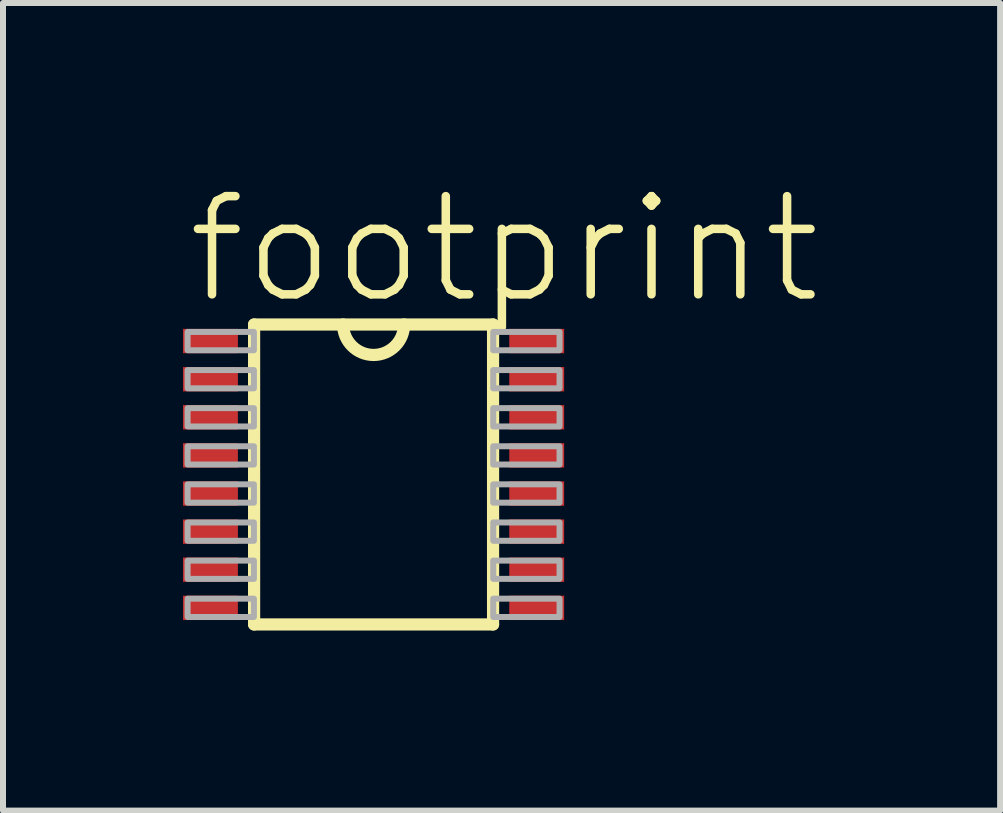
<source format=kicad_pcb>
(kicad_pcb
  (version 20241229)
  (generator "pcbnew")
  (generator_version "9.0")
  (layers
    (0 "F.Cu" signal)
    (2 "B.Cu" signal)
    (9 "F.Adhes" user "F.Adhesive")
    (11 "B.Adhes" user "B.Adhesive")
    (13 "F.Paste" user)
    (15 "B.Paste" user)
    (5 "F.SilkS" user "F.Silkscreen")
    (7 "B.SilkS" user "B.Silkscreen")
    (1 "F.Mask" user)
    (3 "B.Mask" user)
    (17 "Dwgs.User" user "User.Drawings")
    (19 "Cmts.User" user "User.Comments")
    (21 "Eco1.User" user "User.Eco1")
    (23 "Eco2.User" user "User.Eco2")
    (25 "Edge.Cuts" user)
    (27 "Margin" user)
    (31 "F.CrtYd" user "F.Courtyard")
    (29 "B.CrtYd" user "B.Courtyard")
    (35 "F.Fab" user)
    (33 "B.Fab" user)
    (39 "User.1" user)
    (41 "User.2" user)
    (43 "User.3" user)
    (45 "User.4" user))
  (footprint "footprint"
    (layer "F.Cu")
    (at 3.175 4.856)
    (property "Reference" "footprint" (at -3.175 -2.794 0) (layer "F.SilkS") (effects (font (size 1.636 1.636) (thickness 0.142)) (justify left bottom)))
    (fp_line (start -1.991 -2.499) (end -1.991 2.499) (stroke (width 0.203) (type solid)) (layer "F.SilkS"))
    (fp_line (start -1.991 2.499) (end 1.991 2.499) (stroke (width 0.203) (type solid)) (layer "F.SilkS"))
    (fp_line (start 1.991 -2.499) (end -1.991 -2.499) (stroke (width 0.203) (type solid)) (layer "F.SilkS"))
    (fp_line (start 1.991 2.499) (end 1.991 -2.499) (stroke (width 0.203) (type solid)) (layer "F.SilkS"))
    (fp_arc (start 0.508 -2.499318) (mid 0 -1.991318) (end -0.508 -2.499318) (stroke (width 0.2032) (type solid)) (layer "F.SilkS"))
    (fp_poly (pts (xy -3.099 -2.07) (xy -1.994 -2.07) (xy -1.994 -2.375) (xy -3.099 -2.375)) (stroke (width 0.1) (type solid)) (fill no) (layer "F.Fab"))
    (fp_poly (pts (xy -3.099 -1.435) (xy -1.994 -1.435) (xy -1.994 -1.74) (xy -3.099 -1.74)) (stroke (width 0.1) (type solid)) (fill no) (layer "F.Fab"))
    (fp_poly (pts (xy -3.099 -0.8) (xy -1.994 -0.8) (xy -1.994 -1.105) (xy -3.099 -1.105)) (stroke (width 0.1) (type solid)) (fill no) (layer "F.Fab"))
    (fp_poly (pts (xy -3.099 -0.165) (xy -1.994 -0.165) (xy -1.994 -0.47) (xy -3.099 -0.47)) (stroke (width 0.1) (type solid)) (fill no) (layer "F.Fab"))
    (fp_poly (pts (xy -3.099 0.47) (xy -1.994 0.47) (xy -1.994 0.165) (xy -3.099 0.165)) (stroke (width 0.1) (type solid)) (fill no) (layer "F.Fab"))
    (fp_poly (pts (xy -3.099 1.105) (xy -1.994 1.105) (xy -1.994 0.8) (xy -3.099 0.8)) (stroke (width 0.1) (type solid)) (fill no) (layer "F.Fab"))
    (fp_poly (pts (xy -3.099 1.74) (xy -1.994 1.74) (xy -1.994 1.435) (xy -3.099 1.435)) (stroke (width 0.1) (type solid)) (fill no) (layer "F.Fab"))
    (fp_poly (pts (xy -3.099 2.375) (xy -1.994 2.375) (xy -1.994 2.07) (xy -3.099 2.07)) (stroke (width 0.1) (type solid)) (fill no) (layer "F.Fab"))
    (fp_poly (pts (xy 1.994 -2.07) (xy 3.099 -2.07) (xy 3.099 -2.375) (xy 1.994 -2.375)) (stroke (width 0.1) (type solid)) (fill no) (layer "F.Fab"))
    (fp_poly (pts (xy 1.994 -1.435) (xy 3.099 -1.435) (xy 3.099 -1.74) (xy 1.994 -1.74)) (stroke (width 0.1) (type solid)) (fill no) (layer "F.Fab"))
    (fp_poly (pts (xy 1.994 -0.8) (xy 3.099 -0.8) (xy 3.099 -1.105) (xy 1.994 -1.105)) (stroke (width 0.1) (type solid)) (fill no) (layer "F.Fab"))
    (fp_poly (pts (xy 1.994 -0.165) (xy 3.099 -0.165) (xy 3.099 -0.47) (xy 1.994 -0.47)) (stroke (width 0.1) (type solid)) (fill no) (layer "F.Fab"))
    (fp_poly (pts (xy 1.994 0.47) (xy 3.099 0.47) (xy 3.099 0.165) (xy 1.994 0.165)) (stroke (width 0.1) (type solid)) (fill no) (layer "F.Fab"))
    (fp_poly (pts (xy 1.994 1.105) (xy 3.099 1.105) (xy 3.099 0.8) (xy 1.994 0.8)) (stroke (width 0.1) (type solid)) (fill no) (layer "F.Fab"))
    (fp_poly (pts (xy 1.994 1.74) (xy 3.099 1.74) (xy 3.099 1.435) (xy 1.994 1.435)) (stroke (width 0.1) (type solid)) (fill no) (layer "F.Fab"))
    (fp_poly (pts (xy 1.994 2.375) (xy 3.099 2.375) (xy 3.099 2.07) (xy 1.994 2.07)) (stroke (width 0.1) (type solid)) (fill no) (layer "F.Fab"))
    (pad "1" smd rect (at -2.718 -2.223) (size 0.914 0.406) (layers "F.Cu" "F.Mask" "F.Paste"))
    (pad "2" smd rect (at -2.718 -1.587) (size 0.914 0.406) (layers "F.Cu" "F.Mask" "F.Paste"))
    (pad "3" smd rect (at -2.718 -0.953) (size 0.914 0.406) (layers "F.Cu" "F.Mask" "F.Paste"))
    (pad "4" smd rect (at -2.718 -0.318) (size 0.914 0.406) (layers "F.Cu" "F.Mask" "F.Paste"))
    (pad "5" smd rect (at -2.718 0.318) (size 0.914 0.406) (layers "F.Cu" "F.Mask" "F.Paste"))
    (pad "6" smd rect (at -2.718 0.953) (size 0.914 0.406) (layers "F.Cu" "F.Mask" "F.Paste"))
    (pad "7" smd rect (at -2.718 1.587) (size 0.914 0.406) (layers "F.Cu" "F.Mask" "F.Paste"))
    (pad "8" smd rect (at -2.718 2.223) (size 0.914 0.406) (layers "F.Cu" "F.Mask" "F.Paste"))
    (pad "9" smd rect (at 2.718 2.223) (size 0.914 0.406) (layers "F.Cu" "F.Mask" "F.Paste"))
    (pad "10" smd rect (at 2.718 1.587) (size 0.914 0.406) (layers "F.Cu" "F.Mask" "F.Paste"))
    (pad "11" smd rect (at 2.718 0.953) (size 0.914 0.406) (layers "F.Cu" "F.Mask" "F.Paste"))
    (pad "12" smd rect (at 2.718 0.318) (size 0.914 0.406) (layers "F.Cu" "F.Mask" "F.Paste"))
    (pad "13" smd rect (at 2.718 -0.318) (size 0.914 0.406) (layers "F.Cu" "F.Mask" "F.Paste"))
    (pad "14" smd rect (at 2.718 -0.953) (size 0.914 0.406) (layers "F.Cu" "F.Mask" "F.Paste"))
    (pad "15" smd rect (at 2.718 -1.587) (size 0.914 0.406) (layers "F.Cu" "F.Mask" "F.Paste"))
    (pad "16" smd rect (at 2.718 -2.223) (size 0.914 0.406) (layers "F.Cu" "F.Mask" "F.Paste")))
  (gr_rect
    (start -3 -3)
    (end 13.615 10.457)
    (stroke (width 0.1) (type default))
    (fill no)
    (layer "Edge.Cuts")))
</source>
